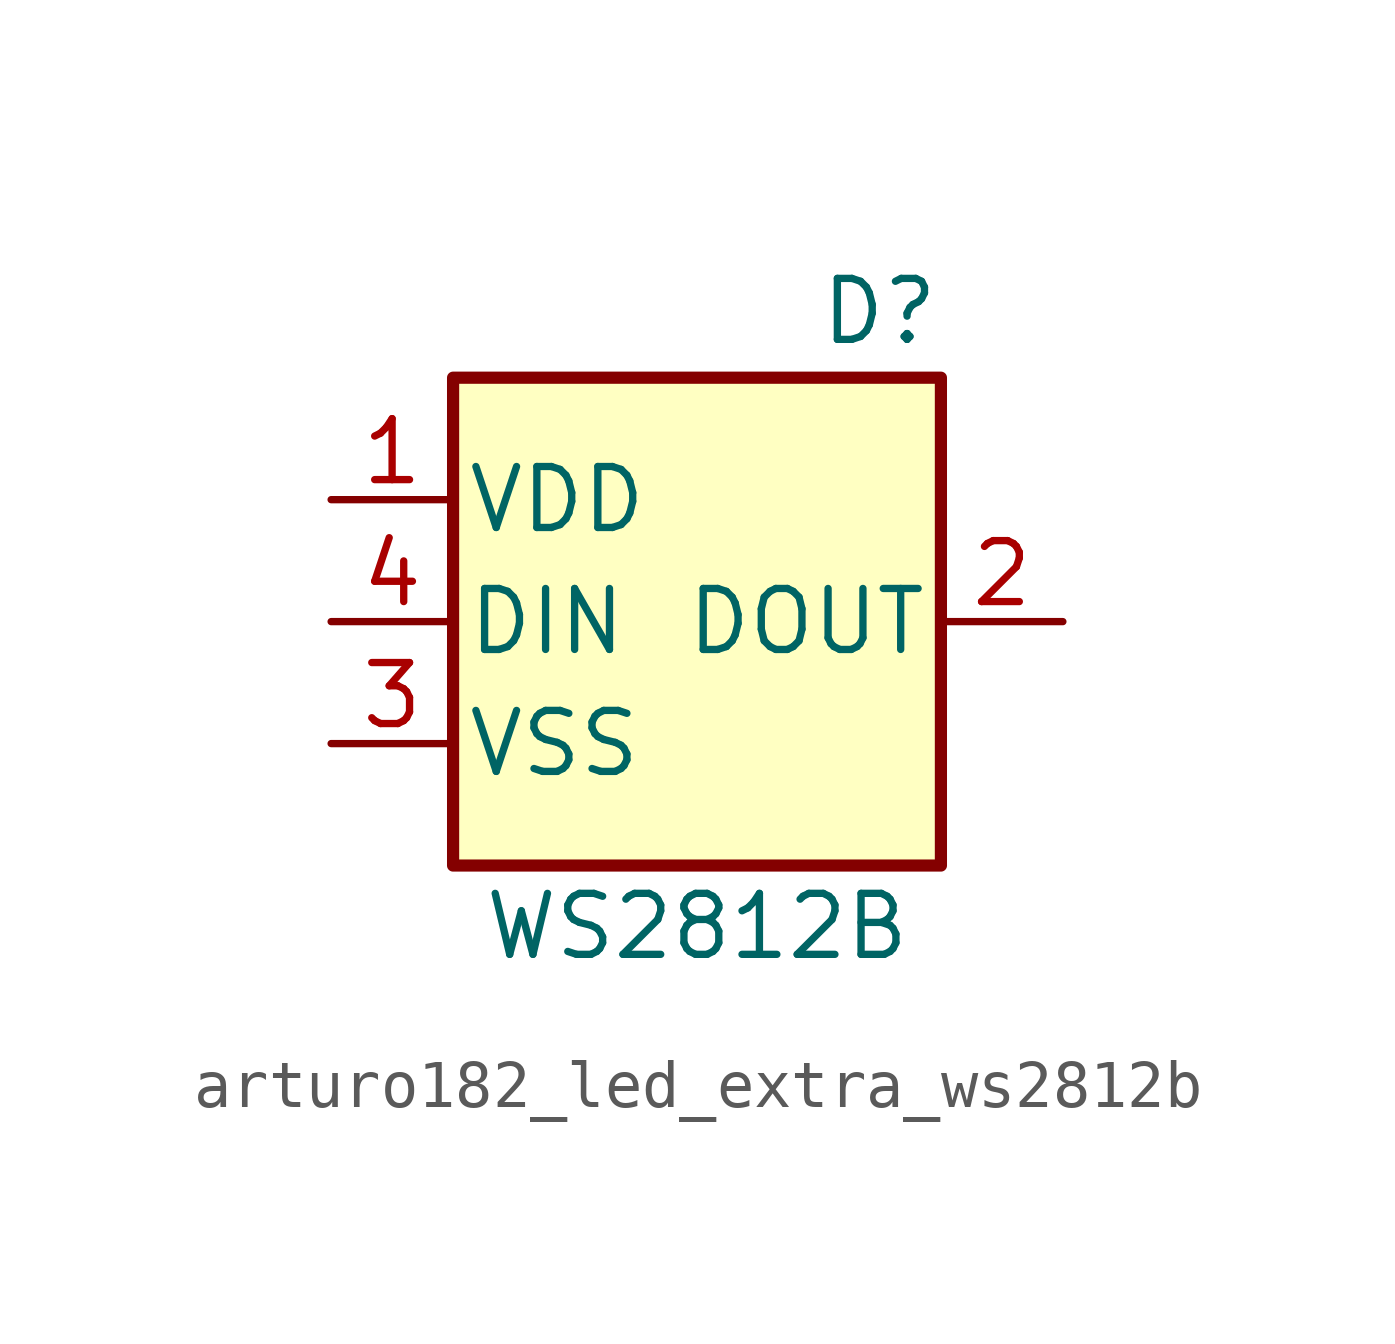
<source format=kicad_sym>
(kicad_symbol_lib
  (version 20220914)
  (generator kicad_symbol_editor)
  (symbol "arturo182_led_extra_ws2812b"
    (pin_names
      (offset 0.254))
    (property "Reference" "D"
      (at 5.08 5.715 0)
      (effects (font (size 1.27 1.27)) (justify right bottom)))
    (property "Value" "WS2812B"
      (at 0 -6.35 0)
      (effects (font (size 1.27 1.27))))
    (symbol "arturo182_led_extra_ws2812b_0_1"
      (rectangle (start 5.08 5.08) (end -5.08 -5.08) (stroke (width 0.254) (type default)) (fill (type background))))
    (symbol "arturo182_led_extra_ws2812b_1_1"
      (pin power_in line (at -7.62 2.54 0) (length 2.54) (name "VDD" (effects (font (size 1.27 1.27)))) (number "1" (effects (font (size 1.27 1.27)))))
      (pin output line (at 7.62 0 180) (length 2.54) (name "DOUT" (effects (font (size 1.27 1.27)))) (number "2" (effects (font (size 1.27 1.27)))))
      (pin power_in line (at -7.62 -2.54 0) (length 2.54) (name "VSS" (effects (font (size 1.27 1.27)))) (number "3" (effects (font (size 1.27 1.27)))))
      (pin input line (at -7.62 0 0) (length 2.54) (name "DIN" (effects (font (size 1.27 1.27)))) (number "4" (effects (font (size 1.27 1.27))))))))
</source>
